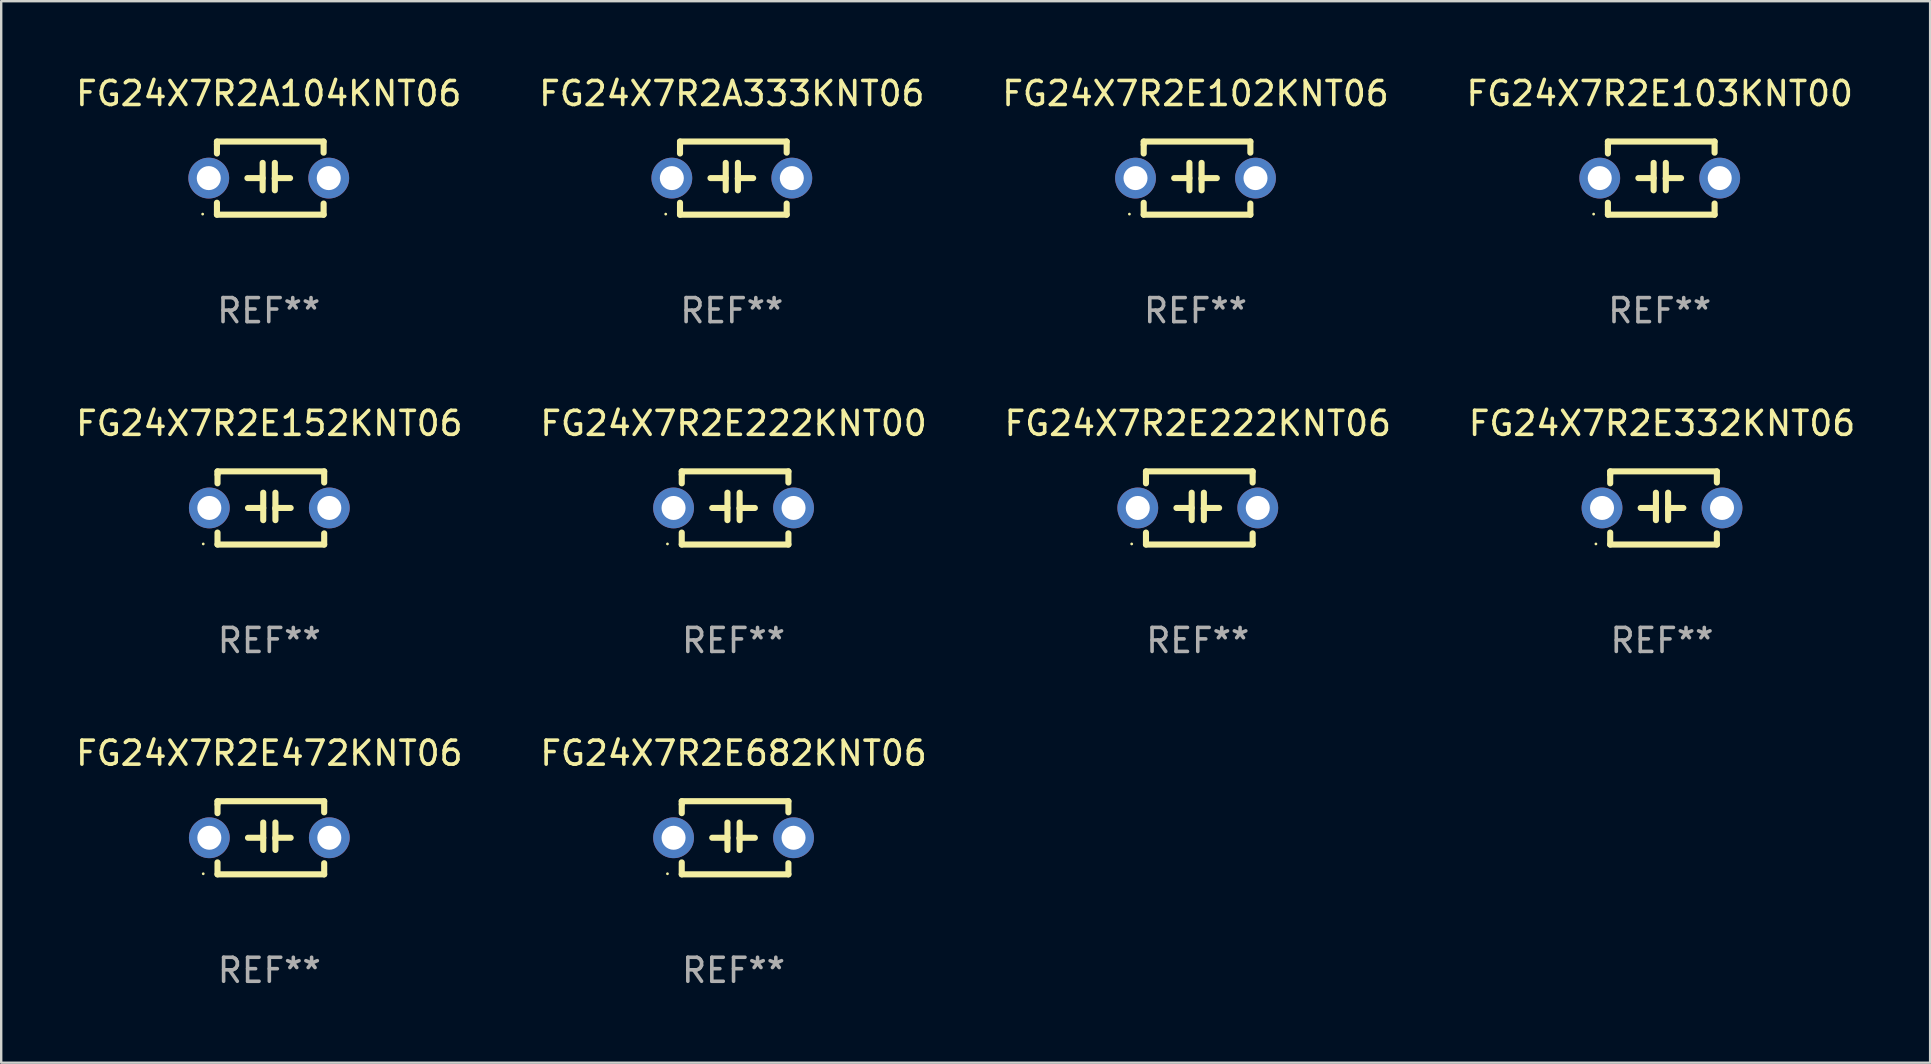
<source format=kicad_pcb>
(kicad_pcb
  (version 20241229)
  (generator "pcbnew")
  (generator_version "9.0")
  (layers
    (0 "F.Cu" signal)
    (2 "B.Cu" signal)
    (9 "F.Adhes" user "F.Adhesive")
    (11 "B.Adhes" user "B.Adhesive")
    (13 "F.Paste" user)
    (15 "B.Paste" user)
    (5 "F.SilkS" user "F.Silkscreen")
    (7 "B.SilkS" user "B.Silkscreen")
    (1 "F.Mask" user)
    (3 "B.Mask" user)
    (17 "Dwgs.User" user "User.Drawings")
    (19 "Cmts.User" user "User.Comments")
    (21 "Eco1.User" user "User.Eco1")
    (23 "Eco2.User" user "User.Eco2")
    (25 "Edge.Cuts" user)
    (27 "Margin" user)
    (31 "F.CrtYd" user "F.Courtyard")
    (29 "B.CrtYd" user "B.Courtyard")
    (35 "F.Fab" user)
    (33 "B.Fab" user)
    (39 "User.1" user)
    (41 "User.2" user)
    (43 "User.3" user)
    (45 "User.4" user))
  (footprint "FG24X7R2E472KNT06"
    (layer "F.Cu")
    (at 8.173 31.861)
    (property "Reference" "FG24X7R2E472KNT06" (at 0 -3.524 0) (layer "F.SilkS") (effects (font (size 1 1) (thickness 0.15))))
    (attr through_hole)
    (fp_line (start -2.159 -1.524) (end 2.286 -1.524) (stroke (width 0.254) (type solid)) (layer "F.SilkS"))
    (fp_line (start -2.159 -1.397) (end -2.159 -1.524) (stroke (width 0.254) (type solid)) (layer "F.SilkS"))
    (fp_line (start -2.159 -1.026) (end -2.159 -1.397) (stroke (width 0.254) (type solid)) (layer "F.SilkS"))
    (fp_line (start -2.159 1.524) (end -2.159 1.026) (stroke (width 0.254) (type solid)) (layer "F.SilkS"))
    (fp_line (start -0.889 0) (end -0.254 0) (stroke (width 0.254) (type solid)) (layer "F.SilkS"))
    (fp_line (start -0.254 0.508) (end -0.254 -0.635) (stroke (width 0.254) (type solid)) (layer "F.SilkS"))
    (fp_line (start 0.254 -0.635) (end 0.254 0.508) (stroke (width 0.254) (type solid)) (layer "F.SilkS"))
    (fp_line (start 0.254 0.04) (end 0.254 0.02) (stroke (width 0.254) (type solid)) (layer "F.SilkS"))
    (fp_line (start 0.889 0) (end 0.254 0) (stroke (width 0.254) (type solid)) (layer "F.SilkS"))
    (fp_line (start 2.286 -1.524) (end 2.286 -1.06) (stroke (width 0.254) (type solid)) (layer "F.SilkS"))
    (fp_line (start 2.286 1.06) (end 2.286 1.524) (stroke (width 0.254) (type solid)) (layer "F.SilkS"))
    (fp_line (start 2.286 1.524) (end -2.159 1.524) (stroke (width 0.254) (type solid)) (layer "F.SilkS"))
    (fp_circle (center -2.754 1.5) (end -2.724 1.5) (stroke (width 0.06) (type solid)) (fill no) (layer "F.SilkS"))
    (fp_text user "REF**" (at 0 5.524 0) (layer "F.Fab") (effects (font (size 1 1) (thickness 0.15))))
    (pad "1" thru_hole circle (at -2.5 0) (size 1.7 1.7) (drill 1) (layers "*.Cu" "*.Mask"))
    (pad "2" thru_hole circle (at 2.5 0) (size 1.7 1.7) (drill 1) (layers "*.Cu" "*.Mask")))
  (footprint "FG24X7R2A333KNT06"
    (layer "F.Cu")
    (at 27.446 4.372)
    (property "Reference" "FG24X7R2A333KNT06" (at 0 -3.524 0) (layer "F.SilkS") (effects (font (size 1 1) (thickness 0.15))))
    (attr through_hole)
    (fp_line (start -2.159 -1.524) (end 2.286 -1.524) (stroke (width 0.254) (type solid)) (layer "F.SilkS"))
    (fp_line (start -2.159 -1.397) (end -2.159 -1.524) (stroke (width 0.254) (type solid)) (layer "F.SilkS"))
    (fp_line (start -2.159 -1.026) (end -2.159 -1.397) (stroke (width 0.254) (type solid)) (layer "F.SilkS"))
    (fp_line (start -2.159 1.524) (end -2.159 1.026) (stroke (width 0.254) (type solid)) (layer "F.SilkS"))
    (fp_line (start -0.889 0) (end -0.254 0) (stroke (width 0.254) (type solid)) (layer "F.SilkS"))
    (fp_line (start -0.254 0.508) (end -0.254 -0.635) (stroke (width 0.254) (type solid)) (layer "F.SilkS"))
    (fp_line (start 0.254 -0.635) (end 0.254 0.508) (stroke (width 0.254) (type solid)) (layer "F.SilkS"))
    (fp_line (start 0.254 0.04) (end 0.254 0.02) (stroke (width 0.254) (type solid)) (layer "F.SilkS"))
    (fp_line (start 0.889 0) (end 0.254 0) (stroke (width 0.254) (type solid)) (layer "F.SilkS"))
    (fp_line (start 2.286 -1.524) (end 2.286 -1.06) (stroke (width 0.254) (type solid)) (layer "F.SilkS"))
    (fp_line (start 2.286 1.06) (end 2.286 1.524) (stroke (width 0.254) (type solid)) (layer "F.SilkS"))
    (fp_line (start 2.286 1.524) (end -2.159 1.524) (stroke (width 0.254) (type solid)) (layer "F.SilkS"))
    (fp_circle (center -2.754 1.5) (end -2.724 1.5) (stroke (width 0.06) (type solid)) (fill no) (layer "F.SilkS"))
    (fp_text user "REF**" (at 0 5.524 0) (layer "F.Fab") (effects (font (size 1 1) (thickness 0.15))))
    (pad "1" thru_hole circle (at -2.5 0) (size 1.7 1.7) (drill 1) (layers "*.Cu" "*.Mask"))
    (pad "2" thru_hole circle (at 2.5 0) (size 1.7 1.7) (drill 1) (layers "*.Cu" "*.Mask")))
  (footprint "FG24X7R2A104KNT06"
    (layer "F.Cu")
    (at 8.149 4.372)
    (property "Reference" "FG24X7R2A104KNT06" (at 0 -3.524 0) (layer "F.SilkS") (effects (font (size 1 1) (thickness 0.15))))
    (attr through_hole)
    (fp_line (start -2.159 -1.524) (end 2.286 -1.524) (stroke (width 0.254) (type solid)) (layer "F.SilkS"))
    (fp_line (start -2.159 -1.397) (end -2.159 -1.524) (stroke (width 0.254) (type solid)) (layer "F.SilkS"))
    (fp_line (start -2.159 -1.026) (end -2.159 -1.397) (stroke (width 0.254) (type solid)) (layer "F.SilkS"))
    (fp_line (start -2.159 1.524) (end -2.159 1.026) (stroke (width 0.254) (type solid)) (layer "F.SilkS"))
    (fp_line (start -0.889 0) (end -0.254 0) (stroke (width 0.254) (type solid)) (layer "F.SilkS"))
    (fp_line (start -0.254 0.508) (end -0.254 -0.635) (stroke (width 0.254) (type solid)) (layer "F.SilkS"))
    (fp_line (start 0.254 -0.635) (end 0.254 0.508) (stroke (width 0.254) (type solid)) (layer "F.SilkS"))
    (fp_line (start 0.254 0.04) (end 0.254 0.02) (stroke (width 0.254) (type solid)) (layer "F.SilkS"))
    (fp_line (start 0.889 0) (end 0.254 0) (stroke (width 0.254) (type solid)) (layer "F.SilkS"))
    (fp_line (start 2.286 -1.524) (end 2.286 -1.06) (stroke (width 0.254) (type solid)) (layer "F.SilkS"))
    (fp_line (start 2.286 1.06) (end 2.286 1.524) (stroke (width 0.254) (type solid)) (layer "F.SilkS"))
    (fp_line (start 2.286 1.524) (end -2.159 1.524) (stroke (width 0.254) (type solid)) (layer "F.SilkS"))
    (fp_circle (center -2.754 1.5) (end -2.724 1.5) (stroke (width 0.06) (type solid)) (fill no) (layer "F.SilkS"))
    (fp_text user "REF**" (at 0 5.524 0) (layer "F.Fab") (effects (font (size 1 1) (thickness 0.15))))
    (pad "1" thru_hole circle (at -2.5 0) (size 1.7 1.7) (drill 1) (layers "*.Cu" "*.Mask"))
    (pad "2" thru_hole circle (at 2.5 0) (size 1.7 1.7) (drill 1) (layers "*.Cu" "*.Mask")))
  (footprint "FG24X7R2E103KNT00"
    (layer "F.Cu")
    (at 66.113 4.372)
    (property "Reference" "FG24X7R2E103KNT00" (at 0 -3.524 0) (layer "F.SilkS") (effects (font (size 1 1) (thickness 0.15))))
    (attr through_hole)
    (fp_line (start -2.159 -1.524) (end 2.286 -1.524) (stroke (width 0.254) (type solid)) (layer "F.SilkS"))
    (fp_line (start -2.159 -1.397) (end -2.159 -1.524) (stroke (width 0.254) (type solid)) (layer "F.SilkS"))
    (fp_line (start -2.159 -1.026) (end -2.159 -1.397) (stroke (width 0.254) (type solid)) (layer "F.SilkS"))
    (fp_line (start -2.159 1.524) (end -2.159 1.026) (stroke (width 0.254) (type solid)) (layer "F.SilkS"))
    (fp_line (start -0.889 0) (end -0.254 0) (stroke (width 0.254) (type solid)) (layer "F.SilkS"))
    (fp_line (start -0.254 0.508) (end -0.254 -0.635) (stroke (width 0.254) (type solid)) (layer "F.SilkS"))
    (fp_line (start 0.254 -0.635) (end 0.254 0.508) (stroke (width 0.254) (type solid)) (layer "F.SilkS"))
    (fp_line (start 0.254 0.04) (end 0.254 0.02) (stroke (width 0.254) (type solid)) (layer "F.SilkS"))
    (fp_line (start 0.889 0) (end 0.254 0) (stroke (width 0.254) (type solid)) (layer "F.SilkS"))
    (fp_line (start 2.286 -1.524) (end 2.286 -1.06) (stroke (width 0.254) (type solid)) (layer "F.SilkS"))
    (fp_line (start 2.286 1.06) (end 2.286 1.524) (stroke (width 0.254) (type solid)) (layer "F.SilkS"))
    (fp_line (start 2.286 1.524) (end -2.159 1.524) (stroke (width 0.254) (type solid)) (layer "F.SilkS"))
    (fp_circle (center -2.754 1.5) (end -2.724 1.5) (stroke (width 0.06) (type solid)) (fill no) (layer "F.SilkS"))
    (fp_text user "REF**" (at 0 5.524 0) (layer "F.Fab") (effects (font (size 1 1) (thickness 0.15))))
    (pad "1" thru_hole circle (at -2.5 0) (size 1.7 1.7) (drill 1) (layers "*.Cu" "*.Mask"))
    (pad "2" thru_hole circle (at 2.5 0) (size 1.7 1.7) (drill 1) (layers "*.Cu" "*.Mask")))
  (footprint "FG24X7R2E152KNT06"
    (layer "F.Cu")
    (at 8.173 18.117)
    (property "Reference" "FG24X7R2E152KNT06" (at 0 -3.524 0) (layer "F.SilkS") (effects (font (size 1 1) (thickness 0.15))))
    (attr through_hole)
    (fp_line (start -2.159 -1.524) (end 2.286 -1.524) (stroke (width 0.254) (type solid)) (layer "F.SilkS"))
    (fp_line (start -2.159 -1.397) (end -2.159 -1.524) (stroke (width 0.254) (type solid)) (layer "F.SilkS"))
    (fp_line (start -2.159 -1.026) (end -2.159 -1.397) (stroke (width 0.254) (type solid)) (layer "F.SilkS"))
    (fp_line (start -2.159 1.524) (end -2.159 1.026) (stroke (width 0.254) (type solid)) (layer "F.SilkS"))
    (fp_line (start -0.889 0) (end -0.254 0) (stroke (width 0.254) (type solid)) (layer "F.SilkS"))
    (fp_line (start -0.254 0.508) (end -0.254 -0.635) (stroke (width 0.254) (type solid)) (layer "F.SilkS"))
    (fp_line (start 0.254 -0.635) (end 0.254 0.508) (stroke (width 0.254) (type solid)) (layer "F.SilkS"))
    (fp_line (start 0.254 0.04) (end 0.254 0.02) (stroke (width 0.254) (type solid)) (layer "F.SilkS"))
    (fp_line (start 0.889 0) (end 0.254 0) (stroke (width 0.254) (type solid)) (layer "F.SilkS"))
    (fp_line (start 2.286 -1.524) (end 2.286 -1.06) (stroke (width 0.254) (type solid)) (layer "F.SilkS"))
    (fp_line (start 2.286 1.06) (end 2.286 1.524) (stroke (width 0.254) (type solid)) (layer "F.SilkS"))
    (fp_line (start 2.286 1.524) (end -2.159 1.524) (stroke (width 0.254) (type solid)) (layer "F.SilkS"))
    (fp_circle (center -2.754 1.5) (end -2.724 1.5) (stroke (width 0.06) (type solid)) (fill no) (layer "F.SilkS"))
    (fp_text user "REF**" (at 0 5.524 0) (layer "F.Fab") (effects (font (size 1 1) (thickness 0.15))))
    (pad "1" thru_hole circle (at -2.5 0) (size 1.7 1.7) (drill 1) (layers "*.Cu" "*.Mask"))
    (pad "2" thru_hole circle (at 2.5 0) (size 1.7 1.7) (drill 1) (layers "*.Cu" "*.Mask")))
  (footprint "FG24X7R2E222KNT06"
    (layer "F.Cu")
    (at 46.863 18.117)
    (property "Reference" "FG24X7R2E222KNT06" (at 0 -3.524 0) (layer "F.SilkS") (effects (font (size 1 1) (thickness 0.15))))
    (attr through_hole)
    (fp_line (start -2.159 -1.524) (end 2.286 -1.524) (stroke (width 0.254) (type solid)) (layer "F.SilkS"))
    (fp_line (start -2.159 -1.397) (end -2.159 -1.524) (stroke (width 0.254) (type solid)) (layer "F.SilkS"))
    (fp_line (start -2.159 -1.026) (end -2.159 -1.397) (stroke (width 0.254) (type solid)) (layer "F.SilkS"))
    (fp_line (start -2.159 1.524) (end -2.159 1.026) (stroke (width 0.254) (type solid)) (layer "F.SilkS"))
    (fp_line (start -0.889 0) (end -0.254 0) (stroke (width 0.254) (type solid)) (layer "F.SilkS"))
    (fp_line (start -0.254 0.508) (end -0.254 -0.635) (stroke (width 0.254) (type solid)) (layer "F.SilkS"))
    (fp_line (start 0.254 -0.635) (end 0.254 0.508) (stroke (width 0.254) (type solid)) (layer "F.SilkS"))
    (fp_line (start 0.254 0.04) (end 0.254 0.02) (stroke (width 0.254) (type solid)) (layer "F.SilkS"))
    (fp_line (start 0.889 0) (end 0.254 0) (stroke (width 0.254) (type solid)) (layer "F.SilkS"))
    (fp_line (start 2.286 -1.524) (end 2.286 -1.06) (stroke (width 0.254) (type solid)) (layer "F.SilkS"))
    (fp_line (start 2.286 1.06) (end 2.286 1.524) (stroke (width 0.254) (type solid)) (layer "F.SilkS"))
    (fp_line (start 2.286 1.524) (end -2.159 1.524) (stroke (width 0.254) (type solid)) (layer "F.SilkS"))
    (fp_circle (center -2.754 1.5) (end -2.724 1.5) (stroke (width 0.06) (type solid)) (fill no) (layer "F.SilkS"))
    (fp_text user "REF**" (at 0 5.524 0) (layer "F.Fab") (effects (font (size 1 1) (thickness 0.15))))
    (pad "1" thru_hole circle (at -2.5 0) (size 1.7 1.7) (drill 1) (layers "*.Cu" "*.Mask"))
    (pad "2" thru_hole circle (at 2.5 0) (size 1.7 1.7) (drill 1) (layers "*.Cu" "*.Mask")))
  (footprint "FG24X7R2E102KNT06"
    (layer "F.Cu")
    (at 46.768 4.372)
    (property "Reference" "FG24X7R2E102KNT06" (at 0 -3.524 0) (layer "F.SilkS") (effects (font (size 1 1) (thickness 0.15))))
    (attr through_hole)
    (fp_line (start -2.159 -1.524) (end 2.286 -1.524) (stroke (width 0.254) (type solid)) (layer "F.SilkS"))
    (fp_line (start -2.159 -1.397) (end -2.159 -1.524) (stroke (width 0.254) (type solid)) (layer "F.SilkS"))
    (fp_line (start -2.159 -1.026) (end -2.159 -1.397) (stroke (width 0.254) (type solid)) (layer "F.SilkS"))
    (fp_line (start -2.159 1.524) (end -2.159 1.026) (stroke (width 0.254) (type solid)) (layer "F.SilkS"))
    (fp_line (start -0.889 0) (end -0.254 0) (stroke (width 0.254) (type solid)) (layer "F.SilkS"))
    (fp_line (start -0.254 0.508) (end -0.254 -0.635) (stroke (width 0.254) (type solid)) (layer "F.SilkS"))
    (fp_line (start 0.254 -0.635) (end 0.254 0.508) (stroke (width 0.254) (type solid)) (layer "F.SilkS"))
    (fp_line (start 0.254 0.04) (end 0.254 0.02) (stroke (width 0.254) (type solid)) (layer "F.SilkS"))
    (fp_line (start 0.889 0) (end 0.254 0) (stroke (width 0.254) (type solid)) (layer "F.SilkS"))
    (fp_line (start 2.286 -1.524) (end 2.286 -1.06) (stroke (width 0.254) (type solid)) (layer "F.SilkS"))
    (fp_line (start 2.286 1.06) (end 2.286 1.524) (stroke (width 0.254) (type solid)) (layer "F.SilkS"))
    (fp_line (start 2.286 1.524) (end -2.159 1.524) (stroke (width 0.254) (type solid)) (layer "F.SilkS"))
    (fp_circle (center -2.754 1.5) (end -2.724 1.5) (stroke (width 0.06) (type solid)) (fill no) (layer "F.SilkS"))
    (fp_text user "REF**" (at 0 5.524 0) (layer "F.Fab") (effects (font (size 1 1) (thickness 0.15))))
    (pad "1" thru_hole circle (at -2.5 0) (size 1.7 1.7) (drill 1) (layers "*.Cu" "*.Mask"))
    (pad "2" thru_hole circle (at 2.5 0) (size 1.7 1.7) (drill 1) (layers "*.Cu" "*.Mask")))
  (footprint "FG24X7R2E222KNT00"
    (layer "F.Cu")
    (at 27.518 18.117)
    (property "Reference" "FG24X7R2E222KNT00" (at 0 -3.524 0) (layer "F.SilkS") (effects (font (size 1 1) (thickness 0.15))))
    (attr through_hole)
    (fp_line (start -2.159 -1.524) (end 2.286 -1.524) (stroke (width 0.254) (type solid)) (layer "F.SilkS"))
    (fp_line (start -2.159 -1.397) (end -2.159 -1.524) (stroke (width 0.254) (type solid)) (layer "F.SilkS"))
    (fp_line (start -2.159 -1.026) (end -2.159 -1.397) (stroke (width 0.254) (type solid)) (layer "F.SilkS"))
    (fp_line (start -2.159 1.524) (end -2.159 1.026) (stroke (width 0.254) (type solid)) (layer "F.SilkS"))
    (fp_line (start -0.889 0) (end -0.254 0) (stroke (width 0.254) (type solid)) (layer "F.SilkS"))
    (fp_line (start -0.254 0.508) (end -0.254 -0.635) (stroke (width 0.254) (type solid)) (layer "F.SilkS"))
    (fp_line (start 0.254 -0.635) (end 0.254 0.508) (stroke (width 0.254) (type solid)) (layer "F.SilkS"))
    (fp_line (start 0.254 0.04) (end 0.254 0.02) (stroke (width 0.254) (type solid)) (layer "F.SilkS"))
    (fp_line (start 0.889 0) (end 0.254 0) (stroke (width 0.254) (type solid)) (layer "F.SilkS"))
    (fp_line (start 2.286 -1.524) (end 2.286 -1.06) (stroke (width 0.254) (type solid)) (layer "F.SilkS"))
    (fp_line (start 2.286 1.06) (end 2.286 1.524) (stroke (width 0.254) (type solid)) (layer "F.SilkS"))
    (fp_line (start 2.286 1.524) (end -2.159 1.524) (stroke (width 0.254) (type solid)) (layer "F.SilkS"))
    (fp_circle (center -2.754 1.5) (end -2.724 1.5) (stroke (width 0.06) (type solid)) (fill no) (layer "F.SilkS"))
    (fp_text user "REF**" (at 0 5.524 0) (layer "F.Fab") (effects (font (size 1 1) (thickness 0.15))))
    (pad "1" thru_hole circle (at -2.5 0) (size 1.7 1.7) (drill 1) (layers "*.Cu" "*.Mask"))
    (pad "2" thru_hole circle (at 2.5 0) (size 1.7 1.7) (drill 1) (layers "*.Cu" "*.Mask")))
  (footprint "FG24X7R2E332KNT06"
    (layer "F.Cu")
    (at 66.208 18.117)
    (property "Reference" "FG24X7R2E332KNT06" (at 0 -3.524 0) (layer "F.SilkS") (effects (font (size 1 1) (thickness 0.15))))
    (attr through_hole)
    (fp_line (start -2.159 -1.524) (end 2.286 -1.524) (stroke (width 0.254) (type solid)) (layer "F.SilkS"))
    (fp_line (start -2.159 -1.397) (end -2.159 -1.524) (stroke (width 0.254) (type solid)) (layer "F.SilkS"))
    (fp_line (start -2.159 -1.026) (end -2.159 -1.397) (stroke (width 0.254) (type solid)) (layer "F.SilkS"))
    (fp_line (start -2.159 1.524) (end -2.159 1.026) (stroke (width 0.254) (type solid)) (layer "F.SilkS"))
    (fp_line (start -0.889 0) (end -0.254 0) (stroke (width 0.254) (type solid)) (layer "F.SilkS"))
    (fp_line (start -0.254 0.508) (end -0.254 -0.635) (stroke (width 0.254) (type solid)) (layer "F.SilkS"))
    (fp_line (start 0.254 -0.635) (end 0.254 0.508) (stroke (width 0.254) (type solid)) (layer "F.SilkS"))
    (fp_line (start 0.254 0.04) (end 0.254 0.02) (stroke (width 0.254) (type solid)) (layer "F.SilkS"))
    (fp_line (start 0.889 0) (end 0.254 0) (stroke (width 0.254) (type solid)) (layer "F.SilkS"))
    (fp_line (start 2.286 -1.524) (end 2.286 -1.06) (stroke (width 0.254) (type solid)) (layer "F.SilkS"))
    (fp_line (start 2.286 1.06) (end 2.286 1.524) (stroke (width 0.254) (type solid)) (layer "F.SilkS"))
    (fp_line (start 2.286 1.524) (end -2.159 1.524) (stroke (width 0.254) (type solid)) (layer "F.SilkS"))
    (fp_circle (center -2.754 1.5) (end -2.724 1.5) (stroke (width 0.06) (type solid)) (fill no) (layer "F.SilkS"))
    (fp_text user "REF**" (at 0 5.524 0) (layer "F.Fab") (effects (font (size 1 1) (thickness 0.15))))
    (pad "1" thru_hole circle (at -2.5 0) (size 1.7 1.7) (drill 1) (layers "*.Cu" "*.Mask"))
    (pad "2" thru_hole circle (at 2.5 0) (size 1.7 1.7) (drill 1) (layers "*.Cu" "*.Mask")))
  (footprint "FG24X7R2E682KNT06"
    (layer "F.Cu")
    (at 27.518 31.861)
    (property "Reference" "FG24X7R2E682KNT06" (at 0 -3.524 0) (layer "F.SilkS") (effects (font (size 1 1) (thickness 0.15))))
    (attr through_hole)
    (fp_line (start -2.159 -1.524) (end 2.286 -1.524) (stroke (width 0.254) (type solid)) (layer "F.SilkS"))
    (fp_line (start -2.159 -1.397) (end -2.159 -1.524) (stroke (width 0.254) (type solid)) (layer "F.SilkS"))
    (fp_line (start -2.159 -1.026) (end -2.159 -1.397) (stroke (width 0.254) (type solid)) (layer "F.SilkS"))
    (fp_line (start -2.159 1.524) (end -2.159 1.026) (stroke (width 0.254) (type solid)) (layer "F.SilkS"))
    (fp_line (start -0.889 0) (end -0.254 0) (stroke (width 0.254) (type solid)) (layer "F.SilkS"))
    (fp_line (start -0.254 0.508) (end -0.254 -0.635) (stroke (width 0.254) (type solid)) (layer "F.SilkS"))
    (fp_line (start 0.254 -0.635) (end 0.254 0.508) (stroke (width 0.254) (type solid)) (layer "F.SilkS"))
    (fp_line (start 0.254 0.04) (end 0.254 0.02) (stroke (width 0.254) (type solid)) (layer "F.SilkS"))
    (fp_line (start 0.889 0) (end 0.254 0) (stroke (width 0.254) (type solid)) (layer "F.SilkS"))
    (fp_line (start 2.286 -1.524) (end 2.286 -1.06) (stroke (width 0.254) (type solid)) (layer "F.SilkS"))
    (fp_line (start 2.286 1.06) (end 2.286 1.524) (stroke (width 0.254) (type solid)) (layer "F.SilkS"))
    (fp_line (start 2.286 1.524) (end -2.159 1.524) (stroke (width 0.254) (type solid)) (layer "F.SilkS"))
    (fp_circle (center -2.754 1.5) (end -2.724 1.5) (stroke (width 0.06) (type solid)) (fill no) (layer "F.SilkS"))
    (fp_text user "REF**" (at 0 5.524 0) (layer "F.Fab") (effects (font (size 1 1) (thickness 0.15))))
    (pad "1" thru_hole circle (at -2.5 0) (size 1.7 1.7) (drill 1) (layers "*.Cu" "*.Mask"))
    (pad "2" thru_hole circle (at 2.5 0) (size 1.7 1.7) (drill 1) (layers "*.Cu" "*.Mask")))
  (gr_rect
    (start -3 -3)
    (end 77.381 41.234)
    (stroke (width 0.1) (type default))
    (fill no)
    (layer "Edge.Cuts")))
</source>
